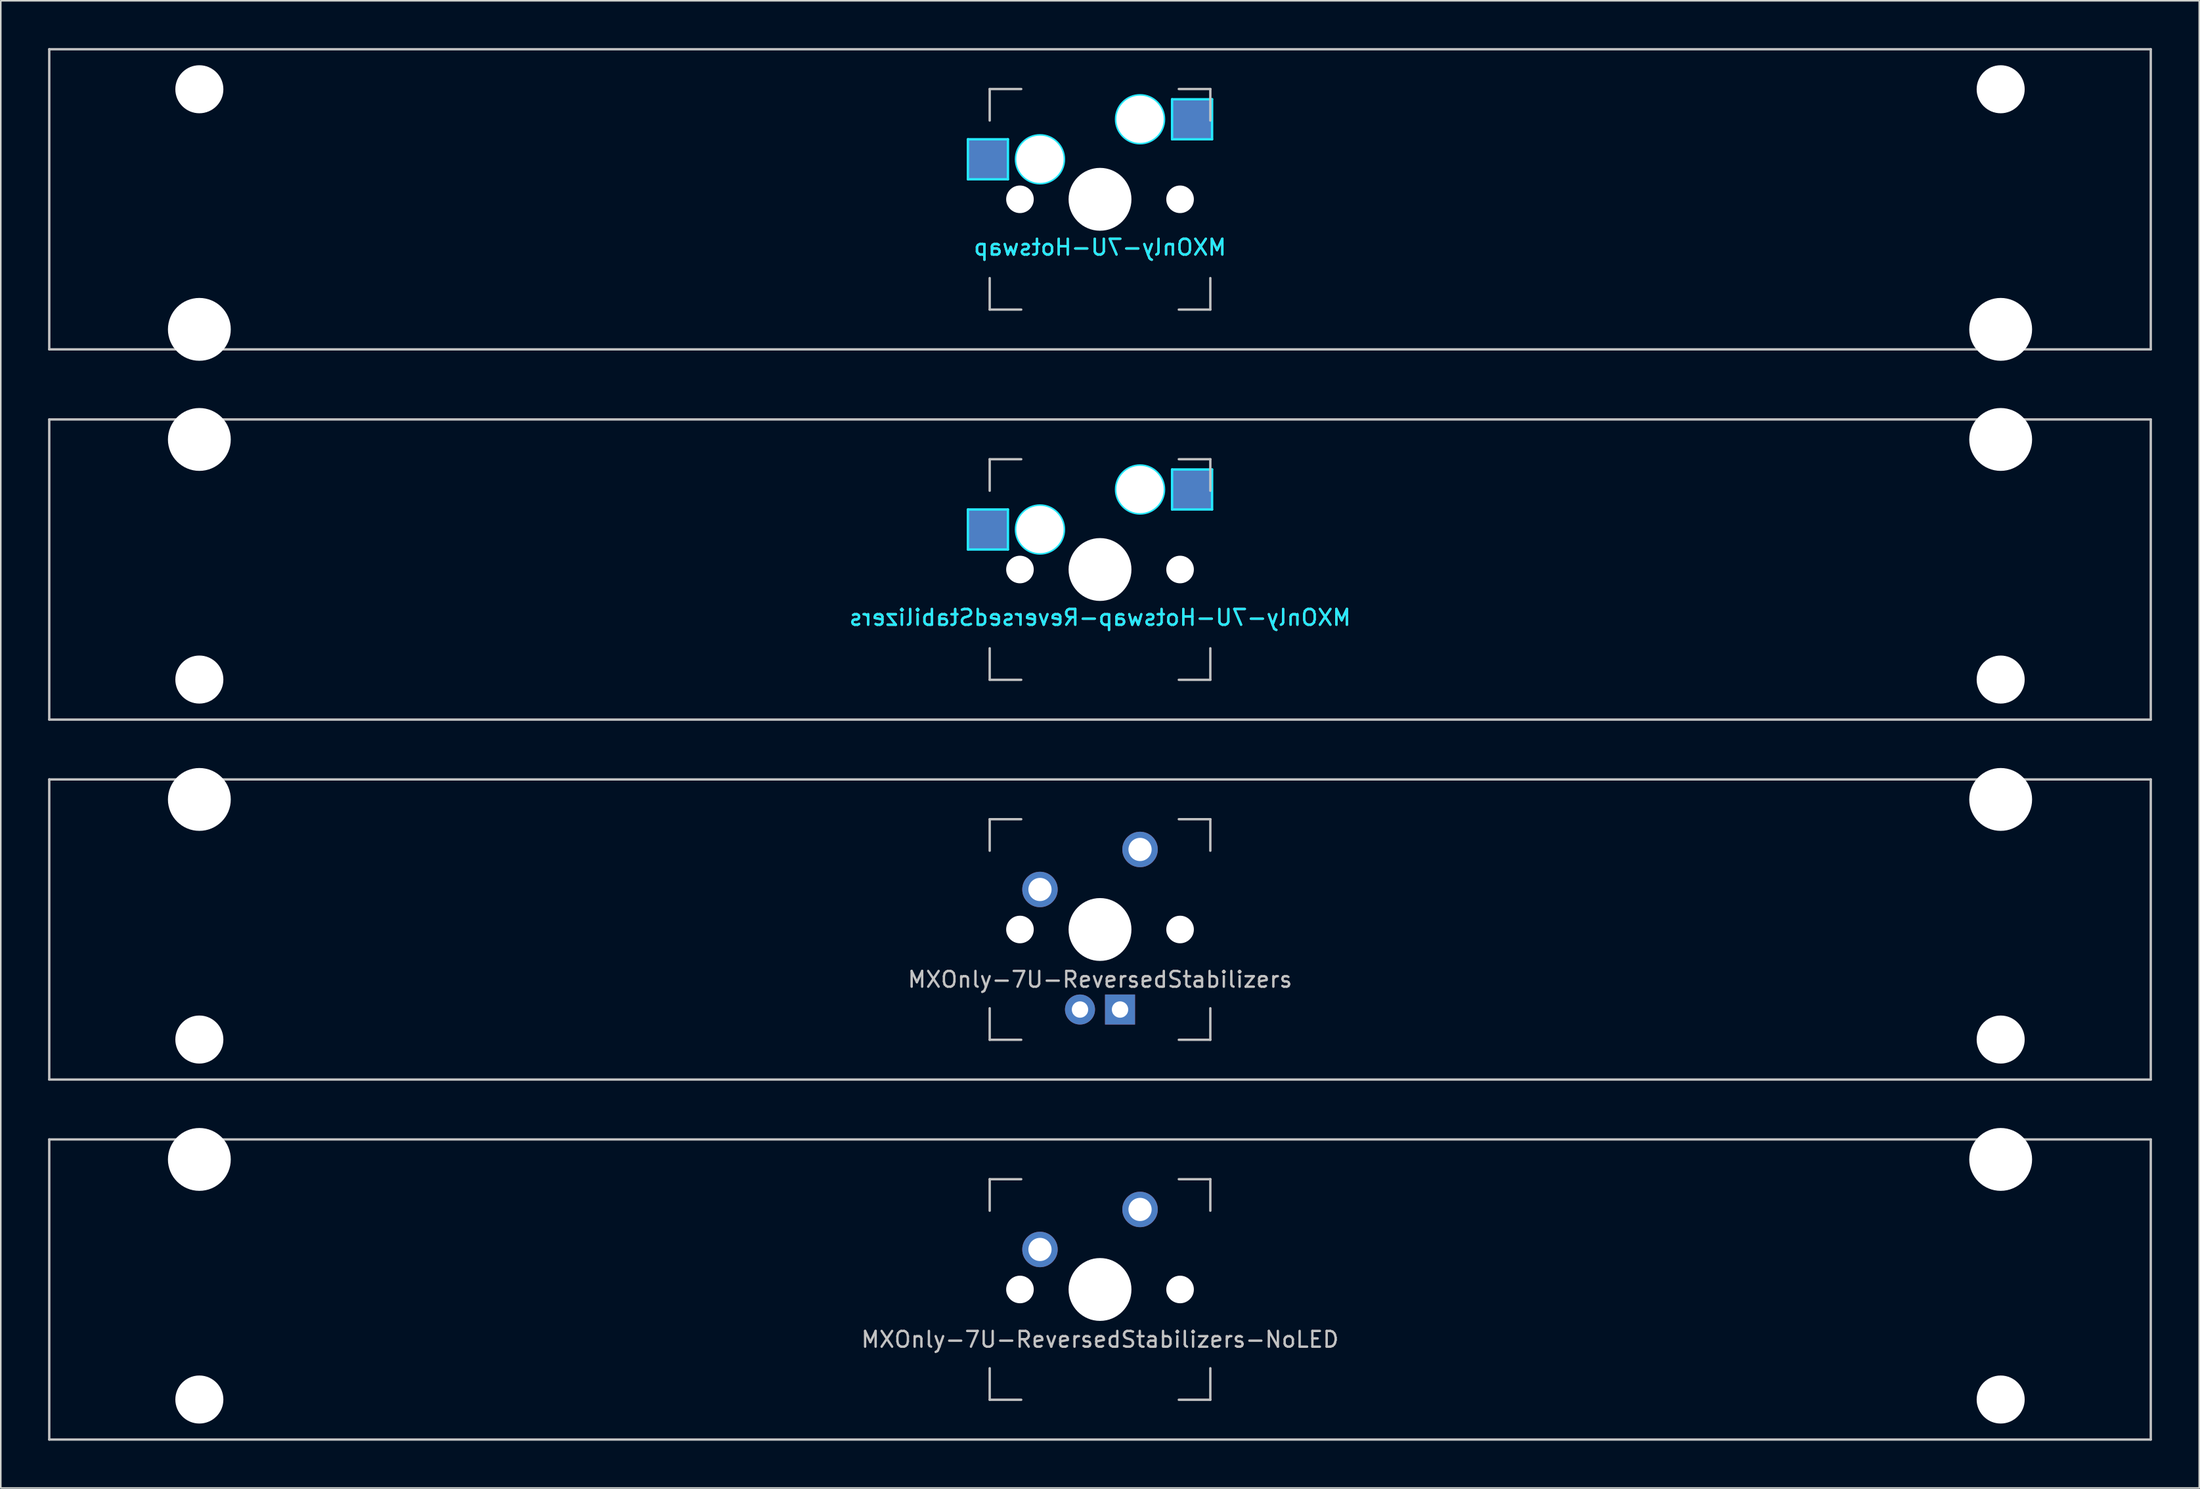
<source format=kicad_pcb>
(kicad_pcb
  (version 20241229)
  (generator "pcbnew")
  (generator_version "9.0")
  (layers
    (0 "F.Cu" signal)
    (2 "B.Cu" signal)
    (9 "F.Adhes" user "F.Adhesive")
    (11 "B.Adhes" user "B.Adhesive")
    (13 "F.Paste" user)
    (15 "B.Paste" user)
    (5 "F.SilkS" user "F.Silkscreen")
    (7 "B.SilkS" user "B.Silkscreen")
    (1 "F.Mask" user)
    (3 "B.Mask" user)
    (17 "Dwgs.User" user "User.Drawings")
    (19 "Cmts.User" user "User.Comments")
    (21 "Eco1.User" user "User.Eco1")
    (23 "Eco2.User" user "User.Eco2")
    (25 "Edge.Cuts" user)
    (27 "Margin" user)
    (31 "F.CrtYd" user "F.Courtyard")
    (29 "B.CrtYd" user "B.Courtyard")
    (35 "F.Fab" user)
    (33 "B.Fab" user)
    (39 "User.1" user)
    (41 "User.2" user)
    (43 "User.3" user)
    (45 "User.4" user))
  (footprint "MXOnly-7U-ReversedStabilizers-NoLED"
    (layer "F.Cu")
    (at 66.75 78.796)
    (property "Reference" "MXOnly-7U-ReversedStabilizers-NoLED" (at 0 3.175 0) (layer "Dwgs.User") (effects (font (size 1 1) (thickness 0.15))))
    (attr through_hole)
    (fp_line (start -66.675 -9.525) (end 66.675 -9.525) (stroke (width 0.15) (type solid)) (layer "Dwgs.User"))
    (fp_line (start -66.675 9.525) (end -66.675 -9.525) (stroke (width 0.15) (type solid)) (layer "Dwgs.User"))
    (fp_line (start -66.675 9.525) (end 66.675 9.525) (stroke (width 0.15) (type solid)) (layer "Dwgs.User"))
    (fp_line (start -7 -7) (end -7 -5) (stroke (width 0.15) (type solid)) (layer "Dwgs.User"))
    (fp_line (start -7 5) (end -7 7) (stroke (width 0.15) (type solid)) (layer "Dwgs.User"))
    (fp_line (start -7 7) (end -5 7) (stroke (width 0.15) (type solid)) (layer "Dwgs.User"))
    (fp_line (start -5 -7) (end -7 -7) (stroke (width 0.15) (type solid)) (layer "Dwgs.User"))
    (fp_line (start 5 -7) (end 7 -7) (stroke (width 0.15) (type solid)) (layer "Dwgs.User"))
    (fp_line (start 5 7) (end 7 7) (stroke (width 0.15) (type solid)) (layer "Dwgs.User"))
    (fp_line (start 7 -7) (end 7 -5) (stroke (width 0.15) (type solid)) (layer "Dwgs.User"))
    (fp_line (start 7 7) (end 7 5) (stroke (width 0.15) (type solid)) (layer "Dwgs.User"))
    (fp_line (start 66.675 -9.525) (end 66.675 9.525) (stroke (width 0.15) (type solid)) (layer "Dwgs.User"))
    (pad "" np_thru_hole circle (at -57.15 -8.255) (size 3.988 3.988) (drill 3.988) (layers "*.Cu" "*.Mask"))
    (pad "" np_thru_hole circle (at -57.15 6.985) (size 3.048 3.048) (drill 3.048) (layers "*.Cu" "*.Mask"))
    (pad "" np_thru_hole circle (at -5.08 0 48.1) (size 1.75 1.75) (drill 1.75) (layers "*.Cu" "*.Mask"))
    (pad "" np_thru_hole circle (at 0 0) (size 3.988 3.988) (drill 3.988) (layers "*.Cu" "*.Mask"))
    (pad "" np_thru_hole circle (at 5.08 0 48.1) (size 1.75 1.75) (drill 1.75) (layers "*.Cu" "*.Mask"))
    (pad "" np_thru_hole circle (at 57.15 -8.255) (size 3.988 3.988) (drill 3.988) (layers "*.Cu" "*.Mask"))
    (pad "" np_thru_hole circle (at 57.15 6.985) (size 3.048 3.048) (drill 3.048) (layers "*.Cu" "*.Mask"))
    (pad "1" thru_hole circle (at -3.81 -2.54) (size 2.25 2.25) (drill 1.47) (layers "*.Cu" "B.Mask"))
    (pad "2" thru_hole circle (at 2.54 -5.08) (size 2.25 2.25) (drill 1.47) (layers "*.Cu" "B.Mask")))
  (footprint "MXOnly-7U-Hotswap"
    (layer "F.Cu")
    (at 66.75 9.6)
    (property "Reference" "MXOnly-7U-Hotswap" (at 0 3.048 0) (layer "B.CrtYd") (effects (font (size 1 1) (thickness 0.15)) (justify mirror)))
    (attr smd)
    (fp_line (start -66.675 -9.525) (end 66.675 -9.525) (stroke (width 0.15) (type solid)) (layer "Dwgs.User"))
    (fp_line (start -66.675 9.525) (end -66.675 -9.525) (stroke (width 0.15) (type solid)) (layer "Dwgs.User"))
    (fp_line (start -7 -7) (end -7 -5) (stroke (width 0.15) (type solid)) (layer "Dwgs.User"))
    (fp_line (start -7 5) (end -7 7) (stroke (width 0.15) (type solid)) (layer "Dwgs.User"))
    (fp_line (start -7 7) (end -5 7) (stroke (width 0.15) (type solid)) (layer "Dwgs.User"))
    (fp_line (start -5 -7) (end -7 -7) (stroke (width 0.15) (type solid)) (layer "Dwgs.User"))
    (fp_line (start 5 -7) (end 7 -7) (stroke (width 0.15) (type solid)) (layer "Dwgs.User"))
    (fp_line (start 5 7) (end 7 7) (stroke (width 0.15) (type solid)) (layer "Dwgs.User"))
    (fp_line (start 7 -7) (end 7 -5) (stroke (width 0.15) (type solid)) (layer "Dwgs.User"))
    (fp_line (start 7 7) (end 7 5) (stroke (width 0.15) (type solid)) (layer "Dwgs.User"))
    (fp_line (start 66.675 -9.525) (end 66.675 9.525) (stroke (width 0.15) (type solid)) (layer "Dwgs.User"))
    (fp_line (start 66.675 9.525) (end -66.675 9.525) (stroke (width 0.15) (type solid)) (layer "Dwgs.User"))
    (fp_line (start -8.382 -3.81) (end -5.842 -3.81) (stroke (width 0.15) (type solid)) (layer "B.CrtYd"))
    (fp_line (start -8.382 -1.27) (end -8.382 -3.81) (stroke (width 0.15) (type solid)) (layer "B.CrtYd"))
    (fp_line (start -5.842 -3.81) (end -5.842 -1.27) (stroke (width 0.15) (type solid)) (layer "B.CrtYd"))
    (fp_line (start -5.842 -1.27) (end -8.382 -1.27) (stroke (width 0.15) (type solid)) (layer "B.CrtYd"))
    (fp_line (start 4.572 -6.35) (end 7.112 -6.35) (stroke (width 0.15) (type solid)) (layer "B.CrtYd"))
    (fp_line (start 4.572 -3.81) (end 4.572 -6.35) (stroke (width 0.15) (type solid)) (layer "B.CrtYd"))
    (fp_line (start 7.112 -6.35) (end 7.112 -3.81) (stroke (width 0.15) (type solid)) (layer "B.CrtYd"))
    (fp_line (start 7.112 -3.81) (end 4.572 -3.81) (stroke (width 0.15) (type solid)) (layer "B.CrtYd"))
    (fp_circle (center -3.81 -2.54) (end -3.81 -4.064) (stroke (width 0.15) (type solid)) (fill no) (layer "B.CrtYd"))
    (fp_circle (center 2.54 -5.08) (end 2.54 -6.604) (stroke (width 0.15) (type solid)) (fill no) (layer "B.CrtYd"))
    (fp_text user "${REFERENCE}" (at 0 3.048 0) (layer "B.SilkS") (effects (font (size 1 1) (thickness 0.15)) (justify mirror)))
    (pad "" np_thru_hole circle (at -57.15 -6.985) (size 3.048 3.048) (drill 3.048) (layers "*.Cu" "*.Mask"))
    (pad "" np_thru_hole circle (at -57.15 8.255) (size 3.988 3.988) (drill 3.988) (layers "*.Cu" "*.Mask"))
    (pad "" np_thru_hole circle (at -5.08 0 48.1) (size 1.75 1.75) (drill 1.75) (layers "*.Cu" "*.Mask"))
    (pad "" np_thru_hole circle (at -3.81 -2.54) (size 3 3) (drill 3) (layers "*.Cu" "*.Mask"))
    (pad "" np_thru_hole circle (at 0 0) (size 3.988 3.988) (drill 3.988) (layers "*.Cu" "*.Mask"))
    (pad "" np_thru_hole circle (at 2.54 -5.08) (size 3 3) (drill 3) (layers "*.Cu" "*.Mask"))
    (pad "" np_thru_hole circle (at 5.08 0 48.1) (size 1.75 1.75) (drill 1.75) (layers "*.Cu" "*.Mask"))
    (pad "" np_thru_hole circle (at 57.15 -6.985) (size 3.048 3.048) (drill 3.048) (layers "*.Cu" "*.Mask"))
    (pad "" np_thru_hole circle (at 57.15 8.255) (size 3.988 3.988) (drill 3.988) (layers "*.Cu" "*.Mask"))
    (pad "1" smd rect (at -7.085 -2.54) (size 2.55 2.5) (layers "B.Cu" "B.Mask" "B.Paste"))
    (pad "2" smd rect (at 5.842 -5.08) (size 2.55 2.5) (layers "B.Cu" "B.Mask" "B.Paste")))
  (footprint "MXOnly-7U-Hotswap-ReversedStabilizers"
    (layer "F.Cu")
    (at 66.75 33.098)
    (property "Reference" "MXOnly-7U-Hotswap-ReversedStabilizers" (at 0 3.048 0) (layer "B.CrtYd") (effects (font (size 1 1) (thickness 0.15)) (justify mirror)))
    (attr smd)
    (fp_line (start -66.675 -9.525) (end 66.675 -9.525) (stroke (width 0.15) (type solid)) (layer "Dwgs.User"))
    (fp_line (start -66.675 9.525) (end -66.675 -9.525) (stroke (width 0.15) (type solid)) (layer "Dwgs.User"))
    (fp_line (start -7 -7) (end -7 -5) (stroke (width 0.15) (type solid)) (layer "Dwgs.User"))
    (fp_line (start -7 5) (end -7 7) (stroke (width 0.15) (type solid)) (layer "Dwgs.User"))
    (fp_line (start -7 7) (end -5 7) (stroke (width 0.15) (type solid)) (layer "Dwgs.User"))
    (fp_line (start -5 -7) (end -7 -7) (stroke (width 0.15) (type solid)) (layer "Dwgs.User"))
    (fp_line (start 5 -7) (end 7 -7) (stroke (width 0.15) (type solid)) (layer "Dwgs.User"))
    (fp_line (start 5 7) (end 7 7) (stroke (width 0.15) (type solid)) (layer "Dwgs.User"))
    (fp_line (start 7 -7) (end 7 -5) (stroke (width 0.15) (type solid)) (layer "Dwgs.User"))
    (fp_line (start 7 7) (end 7 5) (stroke (width 0.15) (type solid)) (layer "Dwgs.User"))
    (fp_line (start 66.675 -9.525) (end 66.675 9.525) (stroke (width 0.15) (type solid)) (layer "Dwgs.User"))
    (fp_line (start 66.675 9.525) (end -66.675 9.525) (stroke (width 0.15) (type solid)) (layer "Dwgs.User"))
    (fp_line (start -8.382 -3.81) (end -5.842 -3.81) (stroke (width 0.15) (type solid)) (layer "B.CrtYd"))
    (fp_line (start -8.382 -1.27) (end -8.382 -3.81) (stroke (width 0.15) (type solid)) (layer "B.CrtYd"))
    (fp_line (start -5.842 -3.81) (end -5.842 -1.27) (stroke (width 0.15) (type solid)) (layer "B.CrtYd"))
    (fp_line (start -5.842 -1.27) (end -8.382 -1.27) (stroke (width 0.15) (type solid)) (layer "B.CrtYd"))
    (fp_line (start 4.572 -6.35) (end 7.112 -6.35) (stroke (width 0.15) (type solid)) (layer "B.CrtYd"))
    (fp_line (start 4.572 -3.81) (end 4.572 -6.35) (stroke (width 0.15) (type solid)) (layer "B.CrtYd"))
    (fp_line (start 7.112 -6.35) (end 7.112 -3.81) (stroke (width 0.15) (type solid)) (layer "B.CrtYd"))
    (fp_line (start 7.112 -3.81) (end 4.572 -3.81) (stroke (width 0.15) (type solid)) (layer "B.CrtYd"))
    (fp_circle (center -3.81 -2.54) (end -3.81 -4.064) (stroke (width 0.15) (type solid)) (fill no) (layer "B.CrtYd"))
    (fp_circle (center 2.54 -5.08) (end 2.54 -6.604) (stroke (width 0.15) (type solid)) (fill no) (layer "B.CrtYd"))
    (fp_text user "${REFERENCE}" (at 0 3.048 0) (layer "B.SilkS") (effects (font (size 1 1) (thickness 0.15)) (justify mirror)))
    (pad "" np_thru_hole circle (at -57.15 -8.255) (size 3.988 3.988) (drill 3.988) (layers "*.Cu" "*.Mask"))
    (pad "" np_thru_hole circle (at -57.15 6.985) (size 3.048 3.048) (drill 3.048) (layers "*.Cu" "*.Mask"))
    (pad "" np_thru_hole circle (at -5.08 0 48.1) (size 1.75 1.75) (drill 1.75) (layers "*.Cu" "*.Mask"))
    (pad "" np_thru_hole circle (at -3.81 -2.54) (size 3 3) (drill 3) (layers "*.Cu" "*.Mask"))
    (pad "" np_thru_hole circle (at 0 0) (size 3.988 3.988) (drill 3.988) (layers "*.Cu" "*.Mask"))
    (pad "" np_thru_hole circle (at 2.54 -5.08) (size 3 3) (drill 3) (layers "*.Cu" "*.Mask"))
    (pad "" np_thru_hole circle (at 5.08 0 48.1) (size 1.75 1.75) (drill 1.75) (layers "*.Cu" "*.Mask"))
    (pad "" np_thru_hole circle (at 57.15 -8.255) (size 3.988 3.988) (drill 3.988) (layers "*.Cu" "*.Mask"))
    (pad "" np_thru_hole circle (at 57.15 6.985) (size 3.048 3.048) (drill 3.048) (layers "*.Cu" "*.Mask"))
    (pad "1" smd rect (at -7.085 -2.54) (size 2.55 2.5) (layers "B.Cu" "B.Mask" "B.Paste"))
    (pad "2" smd rect (at 5.842 -5.08) (size 2.55 2.5) (layers "B.Cu" "B.Mask" "B.Paste")))
  (footprint "MXOnly-7U-ReversedStabilizers"
    (layer "F.Cu")
    (at 66.75 55.947)
    (property "Reference" "MXOnly-7U-ReversedStabilizers" (at 0 3.175 0) (layer "Dwgs.User") (effects (font (size 1 1) (thickness 0.15))))
    (attr through_hole)
    (fp_line (start -66.675 -9.525) (end 66.675 -9.525) (stroke (width 0.15) (type solid)) (layer "Dwgs.User"))
    (fp_line (start -66.675 9.525) (end -66.675 -9.525) (stroke (width 0.15) (type solid)) (layer "Dwgs.User"))
    (fp_line (start -66.675 9.525) (end 66.675 9.525) (stroke (width 0.15) (type solid)) (layer "Dwgs.User"))
    (fp_line (start -7 -7) (end -7 -5) (stroke (width 0.15) (type solid)) (layer "Dwgs.User"))
    (fp_line (start -7 5) (end -7 7) (stroke (width 0.15) (type solid)) (layer "Dwgs.User"))
    (fp_line (start -7 7) (end -5 7) (stroke (width 0.15) (type solid)) (layer "Dwgs.User"))
    (fp_line (start -5 -7) (end -7 -7) (stroke (width 0.15) (type solid)) (layer "Dwgs.User"))
    (fp_line (start 5 -7) (end 7 -7) (stroke (width 0.15) (type solid)) (layer "Dwgs.User"))
    (fp_line (start 5 7) (end 7 7) (stroke (width 0.15) (type solid)) (layer "Dwgs.User"))
    (fp_line (start 7 -7) (end 7 -5) (stroke (width 0.15) (type solid)) (layer "Dwgs.User"))
    (fp_line (start 7 7) (end 7 5) (stroke (width 0.15) (type solid)) (layer "Dwgs.User"))
    (fp_line (start 66.675 -9.525) (end 66.675 9.525) (stroke (width 0.15) (type solid)) (layer "Dwgs.User"))
    (pad "" np_thru_hole circle (at -57.15 -8.255) (size 3.988 3.988) (drill 3.988) (layers "*.Cu" "*.Mask"))
    (pad "" np_thru_hole circle (at -57.15 6.985) (size 3.048 3.048) (drill 3.048) (layers "*.Cu" "*.Mask"))
    (pad "" np_thru_hole circle (at -5.08 0 48.1) (size 1.75 1.75) (drill 1.75) (layers "*.Cu" "*.Mask"))
    (pad "" np_thru_hole circle (at 0 0) (size 3.988 3.988) (drill 3.988) (layers "*.Cu" "*.Mask"))
    (pad "" np_thru_hole circle (at 5.08 0 48.1) (size 1.75 1.75) (drill 1.75) (layers "*.Cu" "*.Mask"))
    (pad "" np_thru_hole circle (at 57.15 -8.255) (size 3.988 3.988) (drill 3.988) (layers "*.Cu" "*.Mask"))
    (pad "" np_thru_hole circle (at 57.15 6.985) (size 3.048 3.048) (drill 3.048) (layers "*.Cu" "*.Mask"))
    (pad "1" thru_hole circle (at -3.81 -2.54) (size 2.25 2.25) (drill 1.47) (layers "*.Cu" "B.Mask"))
    (pad "2" thru_hole circle (at 2.54 -5.08) (size 2.25 2.25) (drill 1.47) (layers "*.Cu" "B.Mask"))
    (pad "3" thru_hole circle (at -1.27 5.08) (size 1.905 1.905) (drill 1.04) (layers "*.Cu" "B.Mask"))
    (pad "4" thru_hole rect (at 1.27 5.08) (size 1.905 1.905) (drill 1.04) (layers "*.Cu" "B.Mask")))
  (gr_rect
    (start -3 -3)
    (end 136.5 91.396)
    (stroke (width 0.1) (type default))
    (fill no)
    (layer "Edge.Cuts")))
</source>
